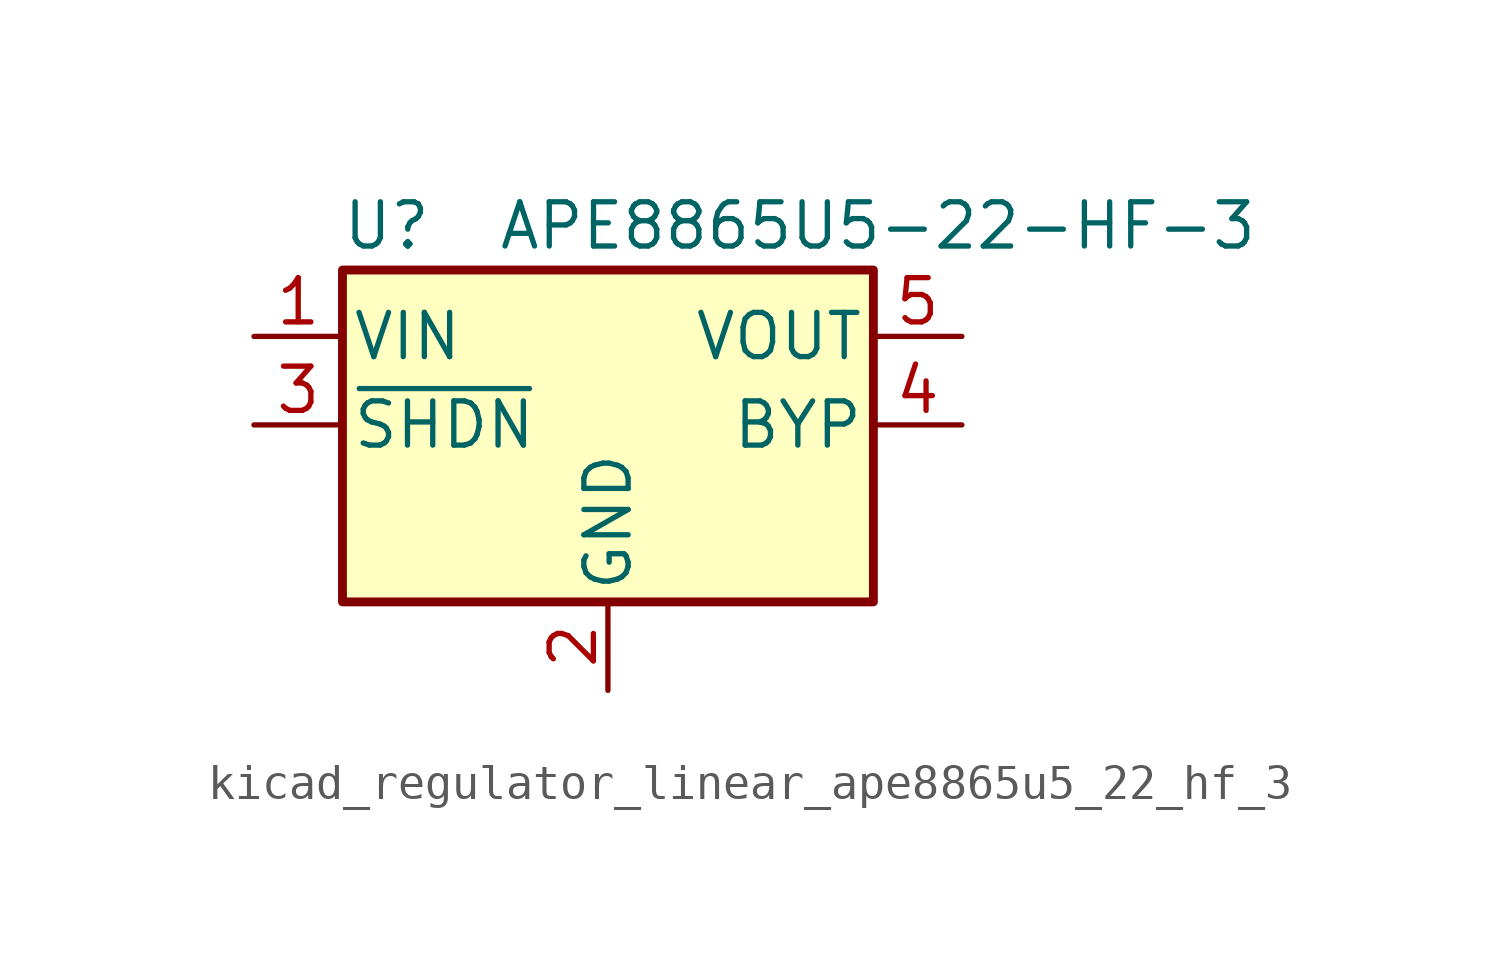
<source format=kicad_sym>
(kicad_symbol_lib
  (version 20220914)
  (generator kicad_symbol_editor)
  (symbol "kicad_regulator_linear_ape8865u5_22_hf_3"
    (pin_names
      (offset 0.254))
    (property "Reference" "U"
      (at -6.35 5.715 0)
      (effects (font (size 1.27 1.27))))
    (property "Value" "APE8865U5-22-HF-3"
      (at -3.175 5.715 0)
      (effects (font (size 1.27 1.27)) (justify left)))
    (symbol "kicad_regulator_linear_ape8865u5_22_hf_3_0_1"
      (rectangle (start -7.62 4.445) (end 7.62 -5.08) (stroke (width 0.254) (type default)) (fill (type background))))
    (symbol "kicad_regulator_linear_ape8865u5_22_hf_3_1_1"
      (pin power_in line (at -10.16 2.54 0) (length 2.54) (name "VIN" (effects (font (size 1.27 1.27)))) (number "1" (effects (font (size 1.27 1.27)))))
      (pin power_in line (at 0 -7.62 90) (length 2.54) (name "GND" (effects (font (size 1.27 1.27)))) (number "2" (effects (font (size 1.27 1.27)))))
      (pin input line (at -10.16 0 0) (length 2.54) (name "~{SHDN}" (effects (font (size 1.27 1.27)))) (number "3" (effects (font (size 1.27 1.27)))))
      (pin input line (at 10.16 0 180) (length 2.54) (name "BYP" (effects (font (size 1.27 1.27)))) (number "4" (effects (font (size 1.27 1.27)))))
      (pin power_out line (at 10.16 2.54 180) (length 2.54) (name "VOUT" (effects (font (size 1.27 1.27)))) (number "5" (effects (font (size 1.27 1.27))))))))
</source>
